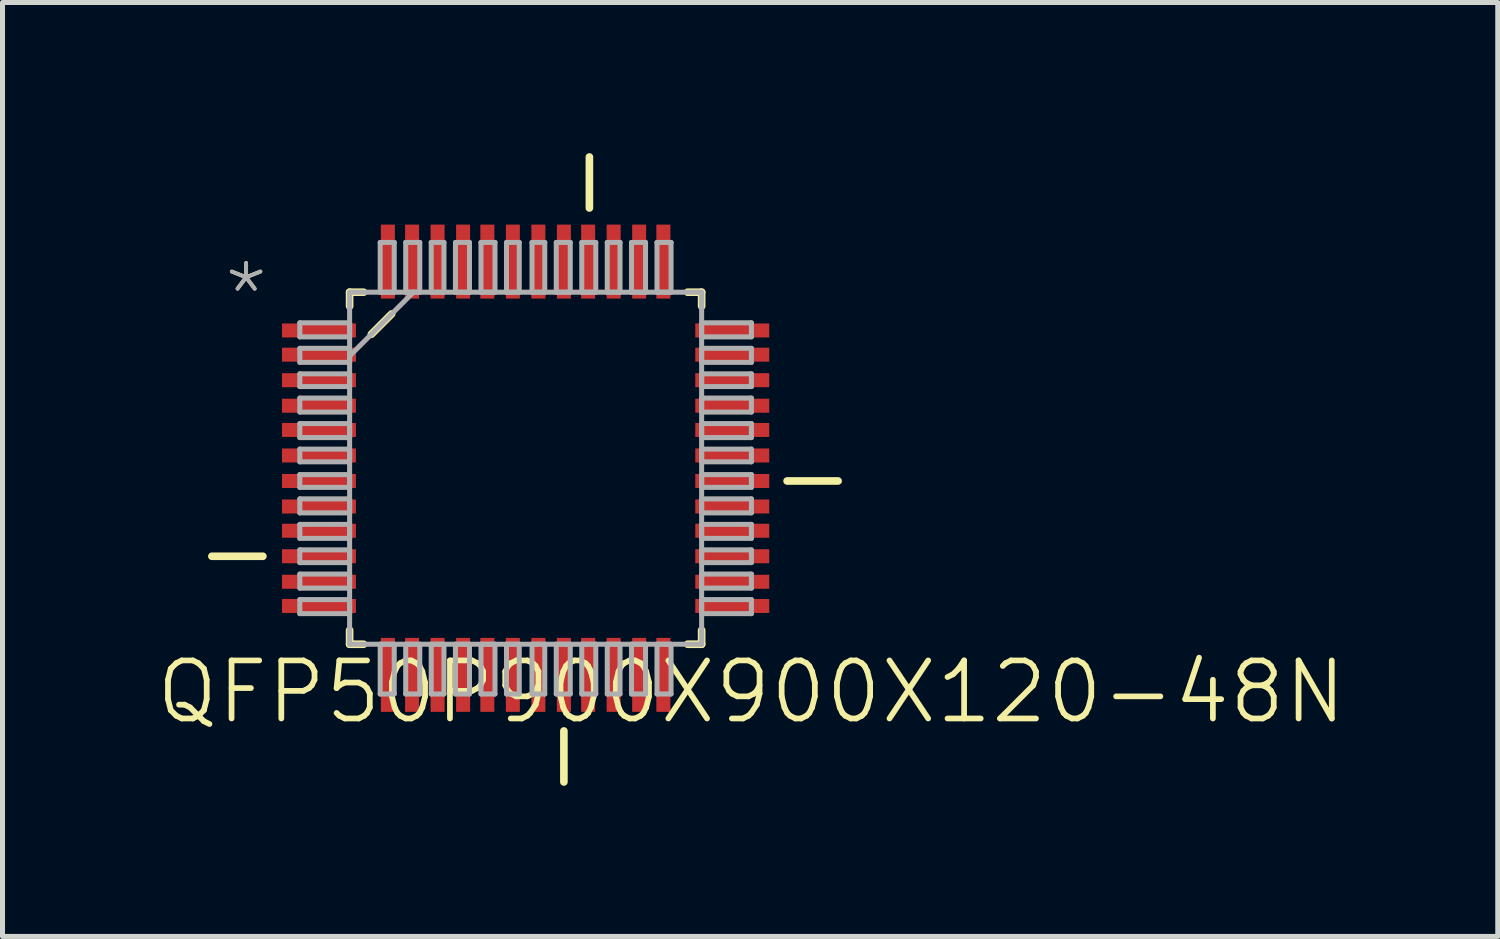
<source format=kicad_pcb>
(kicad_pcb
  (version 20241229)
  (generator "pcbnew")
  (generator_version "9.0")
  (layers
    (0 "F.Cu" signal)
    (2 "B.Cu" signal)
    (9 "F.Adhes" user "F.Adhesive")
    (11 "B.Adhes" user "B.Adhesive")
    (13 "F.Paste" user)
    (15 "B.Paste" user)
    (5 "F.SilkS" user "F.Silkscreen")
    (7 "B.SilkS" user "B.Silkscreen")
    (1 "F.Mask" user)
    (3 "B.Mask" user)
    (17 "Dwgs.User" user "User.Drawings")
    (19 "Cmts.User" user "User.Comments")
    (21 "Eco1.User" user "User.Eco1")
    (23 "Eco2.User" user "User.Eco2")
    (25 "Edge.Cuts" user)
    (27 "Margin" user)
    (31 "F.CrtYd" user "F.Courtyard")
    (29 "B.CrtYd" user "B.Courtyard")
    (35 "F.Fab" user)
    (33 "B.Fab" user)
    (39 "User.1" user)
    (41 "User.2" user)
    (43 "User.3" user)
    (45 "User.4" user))
  (footprint "QFP50P900X900X120-48N"
    (layer "F.Cu")
    (at 7.417 6.274)
    (property "Reference" "QFP50P900X900X120-48N" (at -7.417 5.131 0) (unlocked yes) (layer "F.SilkS") (effects (font (size 1.156 1.156) (thickness 0.114)) (justify left bottom)))
    (fp_line (start -5.232 1.753) (end -6.248 1.753) (stroke (width 0.152) (type solid)) (layer "F.SilkS"))
    (fp_line (start -3.505 -3.505) (end -3.505 -3.226) (stroke (width 0.152) (type solid)) (layer "F.SilkS"))
    (fp_line (start -3.505 3.226) (end -3.505 3.505) (stroke (width 0.152) (type solid)) (layer "F.SilkS"))
    (fp_line (start -3.505 3.505) (end -3.226 3.505) (stroke (width 0.152) (type solid)) (layer "F.SilkS"))
    (fp_line (start -3.226 -3.505) (end -3.505 -3.505) (stroke (width 0.152) (type solid)) (layer "F.SilkS"))
    (fp_line (start -3.073 -2.667) (end -2.667 -3.073) (stroke (width 0.152) (type solid)) (layer "F.SilkS"))
    (fp_line (start 0.762 5.232) (end 0.762 6.248) (stroke (width 0.152) (type solid)) (layer "F.SilkS"))
    (fp_line (start 1.27 -6.198) (end 1.27 -5.182) (stroke (width 0.152) (type solid)) (layer "F.SilkS"))
    (fp_line (start 3.226 3.505) (end 3.505 3.505) (stroke (width 0.152) (type solid)) (layer "F.SilkS"))
    (fp_line (start 3.505 -3.505) (end 3.226 -3.505) (stroke (width 0.152) (type solid)) (layer "F.SilkS"))
    (fp_line (start 3.505 -3.226) (end 3.505 -3.505) (stroke (width 0.152) (type solid)) (layer "F.SilkS"))
    (fp_line (start 3.505 3.505) (end 3.505 3.226) (stroke (width 0.152) (type solid)) (layer "F.SilkS"))
    (fp_line (start 6.223 0.254) (end 5.207 0.254) (stroke (width 0.152) (type solid)) (layer "F.SilkS"))
    (fp_line (start -4.496 -2.896) (end -4.496 -2.616) (stroke (width 0.1) (type solid)) (layer "F.Fab"))
    (fp_line (start -4.496 -2.616) (end -3.505 -2.616) (stroke (width 0.1) (type solid)) (layer "F.Fab"))
    (fp_line (start -4.496 -2.388) (end -4.496 -2.108) (stroke (width 0.1) (type solid)) (layer "F.Fab"))
    (fp_line (start -4.496 -2.108) (end -3.505 -2.108) (stroke (width 0.1) (type solid)) (layer "F.Fab"))
    (fp_line (start -4.496 -1.88) (end -4.496 -1.626) (stroke (width 0.1) (type solid)) (layer "F.Fab"))
    (fp_line (start -4.496 -1.626) (end -3.505 -1.626) (stroke (width 0.1) (type solid)) (layer "F.Fab"))
    (fp_line (start -4.496 -1.397) (end -4.496 -1.118) (stroke (width 0.1) (type solid)) (layer "F.Fab"))
    (fp_line (start -4.496 -1.118) (end -3.505 -1.118) (stroke (width 0.1) (type solid)) (layer "F.Fab"))
    (fp_line (start -4.496 -0.889) (end -4.496 -0.61) (stroke (width 0.1) (type solid)) (layer "F.Fab"))
    (fp_line (start -4.496 -0.61) (end -3.505 -0.61) (stroke (width 0.1) (type solid)) (layer "F.Fab"))
    (fp_line (start -4.496 -0.381) (end -4.496 -0.127) (stroke (width 0.1) (type solid)) (layer "F.Fab"))
    (fp_line (start -4.496 -0.127) (end -3.505 -0.127) (stroke (width 0.1) (type solid)) (layer "F.Fab"))
    (fp_line (start -4.496 0.127) (end -4.496 0.381) (stroke (width 0.1) (type solid)) (layer "F.Fab"))
    (fp_line (start -4.496 0.381) (end -3.505 0.381) (stroke (width 0.1) (type solid)) (layer "F.Fab"))
    (fp_line (start -4.496 0.61) (end -4.496 0.889) (stroke (width 0.1) (type solid)) (layer "F.Fab"))
    (fp_line (start -4.496 0.889) (end -3.505 0.889) (stroke (width 0.1) (type solid)) (layer "F.Fab"))
    (fp_line (start -4.496 1.118) (end -4.496 1.397) (stroke (width 0.1) (type solid)) (layer "F.Fab"))
    (fp_line (start -4.496 1.397) (end -3.505 1.397) (stroke (width 0.1) (type solid)) (layer "F.Fab"))
    (fp_line (start -4.496 1.626) (end -4.496 1.88) (stroke (width 0.1) (type solid)) (layer "F.Fab"))
    (fp_line (start -4.496 1.88) (end -3.505 1.88) (stroke (width 0.1) (type solid)) (layer "F.Fab"))
    (fp_line (start -4.496 2.108) (end -4.496 2.388) (stroke (width 0.1) (type solid)) (layer "F.Fab"))
    (fp_line (start -4.496 2.388) (end -3.505 2.388) (stroke (width 0.1) (type solid)) (layer "F.Fab"))
    (fp_line (start -4.496 2.616) (end -4.496 2.896) (stroke (width 0.1) (type solid)) (layer "F.Fab"))
    (fp_line (start -4.496 2.896) (end -3.505 2.896) (stroke (width 0.1) (type solid)) (layer "F.Fab"))
    (fp_line (start -3.505 -3.505) (end -3.505 3.505) (stroke (width 0.1) (type solid)) (layer "F.Fab"))
    (fp_line (start -3.505 -2.896) (end -4.496 -2.896) (stroke (width 0.1) (type solid)) (layer "F.Fab"))
    (fp_line (start -3.505 -2.616) (end -3.505 -2.896) (stroke (width 0.1) (type solid)) (layer "F.Fab"))
    (fp_line (start -3.505 -2.388) (end -4.496 -2.388) (stroke (width 0.1) (type solid)) (layer "F.Fab"))
    (fp_line (start -3.505 -2.235) (end -3.505 -2.388) (stroke (width 0.1) (type solid)) (layer "F.Fab"))
    (fp_line (start -3.505 -2.235) (end -2.235 -3.505) (stroke (width 0.1) (type solid)) (layer "F.Fab"))
    (fp_line (start -3.505 -2.108) (end -3.505 -2.235) (stroke (width 0.1) (type solid)) (layer "F.Fab"))
    (fp_line (start -3.505 -1.88) (end -4.496 -1.88) (stroke (width 0.1) (type solid)) (layer "F.Fab"))
    (fp_line (start -3.505 -1.626) (end -3.505 -1.88) (stroke (width 0.1) (type solid)) (layer "F.Fab"))
    (fp_line (start -3.505 -1.397) (end -4.496 -1.397) (stroke (width 0.1) (type solid)) (layer "F.Fab"))
    (fp_line (start -3.505 -1.118) (end -3.505 -1.397) (stroke (width 0.1) (type solid)) (layer "F.Fab"))
    (fp_line (start -3.505 -0.889) (end -4.496 -0.889) (stroke (width 0.1) (type solid)) (layer "F.Fab"))
    (fp_line (start -3.505 -0.61) (end -3.505 -0.889) (stroke (width 0.1) (type solid)) (layer "F.Fab"))
    (fp_line (start -3.505 -0.381) (end -4.496 -0.381) (stroke (width 0.1) (type solid)) (layer "F.Fab"))
    (fp_line (start -3.505 -0.127) (end -3.505 -0.381) (stroke (width 0.1) (type solid)) (layer "F.Fab"))
    (fp_line (start -3.505 0.127) (end -4.496 0.127) (stroke (width 0.1) (type solid)) (layer "F.Fab"))
    (fp_line (start -3.505 0.381) (end -3.505 0.127) (stroke (width 0.1) (type solid)) (layer "F.Fab"))
    (fp_line (start -3.505 0.61) (end -4.496 0.61) (stroke (width 0.1) (type solid)) (layer "F.Fab"))
    (fp_line (start -3.505 0.889) (end -3.505 0.61) (stroke (width 0.1) (type solid)) (layer "F.Fab"))
    (fp_line (start -3.505 1.118) (end -4.496 1.118) (stroke (width 0.1) (type solid)) (layer "F.Fab"))
    (fp_line (start -3.505 1.397) (end -3.505 1.118) (stroke (width 0.1) (type solid)) (layer "F.Fab"))
    (fp_line (start -3.505 1.626) (end -4.496 1.626) (stroke (width 0.1) (type solid)) (layer "F.Fab"))
    (fp_line (start -3.505 1.88) (end -3.505 1.626) (stroke (width 0.1) (type solid)) (layer "F.Fab"))
    (fp_line (start -3.505 2.108) (end -4.496 2.108) (stroke (width 0.1) (type solid)) (layer "F.Fab"))
    (fp_line (start -3.505 2.388) (end -3.505 2.108) (stroke (width 0.1) (type solid)) (layer "F.Fab"))
    (fp_line (start -3.505 2.616) (end -4.496 2.616) (stroke (width 0.1) (type solid)) (layer "F.Fab"))
    (fp_line (start -3.505 2.896) (end -3.505 2.616) (stroke (width 0.1) (type solid)) (layer "F.Fab"))
    (fp_line (start -3.505 3.505) (end 3.505 3.505) (stroke (width 0.1) (type solid)) (layer "F.Fab"))
    (fp_line (start -2.896 -4.496) (end -2.896 -3.505) (stroke (width 0.1) (type solid)) (layer "F.Fab"))
    (fp_line (start -2.896 -3.505) (end -2.616 -3.505) (stroke (width 0.1) (type solid)) (layer "F.Fab"))
    (fp_line (start -2.896 3.505) (end -2.896 4.496) (stroke (width 0.1) (type solid)) (layer "F.Fab"))
    (fp_line (start -2.896 4.496) (end -2.616 4.496) (stroke (width 0.1) (type solid)) (layer "F.Fab"))
    (fp_line (start -2.616 -4.496) (end -2.896 -4.496) (stroke (width 0.1) (type solid)) (layer "F.Fab"))
    (fp_line (start -2.616 -3.505) (end -2.616 -4.496) (stroke (width 0.1) (type solid)) (layer "F.Fab"))
    (fp_line (start -2.616 3.505) (end -2.896 3.505) (stroke (width 0.1) (type solid)) (layer "F.Fab"))
    (fp_line (start -2.616 4.496) (end -2.616 3.505) (stroke (width 0.1) (type solid)) (layer "F.Fab"))
    (fp_line (start -2.388 -4.496) (end -2.388 -3.505) (stroke (width 0.1) (type solid)) (layer "F.Fab"))
    (fp_line (start -2.388 -3.505) (end -2.235 -3.505) (stroke (width 0.1) (type solid)) (layer "F.Fab"))
    (fp_line (start -2.388 3.505) (end -2.388 4.496) (stroke (width 0.1) (type solid)) (layer "F.Fab"))
    (fp_line (start -2.388 4.496) (end -2.108 4.496) (stroke (width 0.1) (type solid)) (layer "F.Fab"))
    (fp_line (start -2.235 -3.505) (end -2.108 -3.505) (stroke (width 0.1) (type solid)) (layer "F.Fab"))
    (fp_line (start -2.108 -4.496) (end -2.388 -4.496) (stroke (width 0.1) (type solid)) (layer "F.Fab"))
    (fp_line (start -2.108 -3.505) (end -2.108 -4.496) (stroke (width 0.1) (type solid)) (layer "F.Fab"))
    (fp_line (start -2.108 3.505) (end -2.388 3.505) (stroke (width 0.1) (type solid)) (layer "F.Fab"))
    (fp_line (start -2.108 4.496) (end -2.108 3.505) (stroke (width 0.1) (type solid)) (layer "F.Fab"))
    (fp_line (start -1.88 -4.496) (end -1.88 -3.505) (stroke (width 0.1) (type solid)) (layer "F.Fab"))
    (fp_line (start -1.88 -3.505) (end -1.626 -3.505) (stroke (width 0.1) (type solid)) (layer "F.Fab"))
    (fp_line (start -1.88 3.505) (end -1.88 4.496) (stroke (width 0.1) (type solid)) (layer "F.Fab"))
    (fp_line (start -1.88 4.496) (end -1.626 4.496) (stroke (width 0.1) (type solid)) (layer "F.Fab"))
    (fp_line (start -1.626 -4.496) (end -1.88 -4.496) (stroke (width 0.1) (type solid)) (layer "F.Fab"))
    (fp_line (start -1.626 -3.505) (end -1.626 -4.496) (stroke (width 0.1) (type solid)) (layer "F.Fab"))
    (fp_line (start -1.626 3.505) (end -1.88 3.505) (stroke (width 0.1) (type solid)) (layer "F.Fab"))
    (fp_line (start -1.626 4.496) (end -1.626 3.505) (stroke (width 0.1) (type solid)) (layer "F.Fab"))
    (fp_line (start -1.397 -4.496) (end -1.397 -3.505) (stroke (width 0.1) (type solid)) (layer "F.Fab"))
    (fp_line (start -1.397 -3.505) (end -1.118 -3.505) (stroke (width 0.1) (type solid)) (layer "F.Fab"))
    (fp_line (start -1.397 3.505) (end -1.397 4.496) (stroke (width 0.1) (type solid)) (layer "F.Fab"))
    (fp_line (start -1.397 4.496) (end -1.118 4.496) (stroke (width 0.1) (type solid)) (layer "F.Fab"))
    (fp_line (start -1.118 -4.496) (end -1.397 -4.496) (stroke (width 0.1) (type solid)) (layer "F.Fab"))
    (fp_line (start -1.118 -3.505) (end -1.118 -4.496) (stroke (width 0.1) (type solid)) (layer "F.Fab"))
    (fp_line (start -1.118 3.505) (end -1.397 3.505) (stroke (width 0.1) (type solid)) (layer "F.Fab"))
    (fp_line (start -1.118 4.496) (end -1.118 3.505) (stroke (width 0.1) (type solid)) (layer "F.Fab"))
    (fp_line (start -0.889 -4.496) (end -0.889 -3.505) (stroke (width 0.1) (type solid)) (layer "F.Fab"))
    (fp_line (start -0.889 -3.505) (end -0.61 -3.505) (stroke (width 0.1) (type solid)) (layer "F.Fab"))
    (fp_line (start -0.889 3.505) (end -0.889 4.496) (stroke (width 0.1) (type solid)) (layer "F.Fab"))
    (fp_line (start -0.889 4.496) (end -0.61 4.496) (stroke (width 0.1) (type solid)) (layer "F.Fab"))
    (fp_line (start -0.61 -4.496) (end -0.889 -4.496) (stroke (width 0.1) (type solid)) (layer "F.Fab"))
    (fp_line (start -0.61 -3.505) (end -0.61 -4.496) (stroke (width 0.1) (type solid)) (layer "F.Fab"))
    (fp_line (start -0.61 3.505) (end -0.889 3.505) (stroke (width 0.1) (type solid)) (layer "F.Fab"))
    (fp_line (start -0.61 4.496) (end -0.61 3.505) (stroke (width 0.1) (type solid)) (layer "F.Fab"))
    (fp_line (start -0.381 -4.496) (end -0.381 -3.505) (stroke (width 0.1) (type solid)) (layer "F.Fab"))
    (fp_line (start -0.381 -3.505) (end -0.127 -3.505) (stroke (width 0.1) (type solid)) (layer "F.Fab"))
    (fp_line (start -0.381 3.505) (end -0.381 4.496) (stroke (width 0.1) (type solid)) (layer "F.Fab"))
    (fp_line (start -0.381 4.496) (end -0.127 4.496) (stroke (width 0.1) (type solid)) (layer "F.Fab"))
    (fp_line (start -0.127 -4.496) (end -0.381 -4.496) (stroke (width 0.1) (type solid)) (layer "F.Fab"))
    (fp_line (start -0.127 -3.505) (end -0.127 -4.496) (stroke (width 0.1) (type solid)) (layer "F.Fab"))
    (fp_line (start -0.127 3.505) (end -0.381 3.505) (stroke (width 0.1) (type solid)) (layer "F.Fab"))
    (fp_line (start -0.127 4.496) (end -0.127 3.505) (stroke (width 0.1) (type solid)) (layer "F.Fab"))
    (fp_line (start 0.127 -4.496) (end 0.127 -3.505) (stroke (width 0.1) (type solid)) (layer "F.Fab"))
    (fp_line (start 0.127 -3.505) (end 0.381 -3.505) (stroke (width 0.1) (type solid)) (layer "F.Fab"))
    (fp_line (start 0.127 3.505) (end 0.127 4.496) (stroke (width 0.1) (type solid)) (layer "F.Fab"))
    (fp_line (start 0.127 4.496) (end 0.381 4.496) (stroke (width 0.1) (type solid)) (layer "F.Fab"))
    (fp_line (start 0.381 -4.496) (end 0.127 -4.496) (stroke (width 0.1) (type solid)) (layer "F.Fab"))
    (fp_line (start 0.381 -3.505) (end 0.381 -4.496) (stroke (width 0.1) (type solid)) (layer "F.Fab"))
    (fp_line (start 0.381 3.505) (end 0.127 3.505) (stroke (width 0.1) (type solid)) (layer "F.Fab"))
    (fp_line (start 0.381 4.496) (end 0.381 3.505) (stroke (width 0.1) (type solid)) (layer "F.Fab"))
    (fp_line (start 0.61 -4.496) (end 0.61 -3.505) (stroke (width 0.1) (type solid)) (layer "F.Fab"))
    (fp_line (start 0.61 -3.505) (end 0.889 -3.505) (stroke (width 0.1) (type solid)) (layer "F.Fab"))
    (fp_line (start 0.61 3.505) (end 0.61 4.496) (stroke (width 0.1) (type solid)) (layer "F.Fab"))
    (fp_line (start 0.61 4.496) (end 0.889 4.496) (stroke (width 0.1) (type solid)) (layer "F.Fab"))
    (fp_line (start 0.889 -4.496) (end 0.61 -4.496) (stroke (width 0.1) (type solid)) (layer "F.Fab"))
    (fp_line (start 0.889 -3.505) (end 0.889 -4.496) (stroke (width 0.1) (type solid)) (layer "F.Fab"))
    (fp_line (start 0.889 3.505) (end 0.61 3.505) (stroke (width 0.1) (type solid)) (layer "F.Fab"))
    (fp_line (start 0.889 4.496) (end 0.889 3.505) (stroke (width 0.1) (type solid)) (layer "F.Fab"))
    (fp_line (start 1.118 -4.496) (end 1.118 -3.505) (stroke (width 0.1) (type solid)) (layer "F.Fab"))
    (fp_line (start 1.118 -3.505) (end 1.397 -3.505) (stroke (width 0.1) (type solid)) (layer "F.Fab"))
    (fp_line (start 1.118 3.505) (end 1.118 4.496) (stroke (width 0.1) (type solid)) (layer "F.Fab"))
    (fp_line (start 1.118 4.496) (end 1.397 4.496) (stroke (width 0.1) (type solid)) (layer "F.Fab"))
    (fp_line (start 1.397 -4.496) (end 1.118 -4.496) (stroke (width 0.1) (type solid)) (layer "F.Fab"))
    (fp_line (start 1.397 -3.505) (end 1.397 -4.496) (stroke (width 0.1) (type solid)) (layer "F.Fab"))
    (fp_line (start 1.397 3.505) (end 1.118 3.505) (stroke (width 0.1) (type solid)) (layer "F.Fab"))
    (fp_line (start 1.397 4.496) (end 1.397 3.505) (stroke (width 0.1) (type solid)) (layer "F.Fab"))
    (fp_line (start 1.626 -4.496) (end 1.626 -3.505) (stroke (width 0.1) (type solid)) (layer "F.Fab"))
    (fp_line (start 1.626 -3.505) (end 1.88 -3.505) (stroke (width 0.1) (type solid)) (layer "F.Fab"))
    (fp_line (start 1.626 3.505) (end 1.626 4.496) (stroke (width 0.1) (type solid)) (layer "F.Fab"))
    (fp_line (start 1.626 4.496) (end 1.88 4.496) (stroke (width 0.1) (type solid)) (layer "F.Fab"))
    (fp_line (start 1.88 -4.496) (end 1.626 -4.496) (stroke (width 0.1) (type solid)) (layer "F.Fab"))
    (fp_line (start 1.88 -3.505) (end 1.88 -4.496) (stroke (width 0.1) (type solid)) (layer "F.Fab"))
    (fp_line (start 1.88 3.505) (end 1.626 3.505) (stroke (width 0.1) (type solid)) (layer "F.Fab"))
    (fp_line (start 1.88 4.496) (end 1.88 3.505) (stroke (width 0.1) (type solid)) (layer "F.Fab"))
    (fp_line (start 2.108 -4.496) (end 2.108 -3.505) (stroke (width 0.1) (type solid)) (layer "F.Fab"))
    (fp_line (start 2.108 -3.505) (end 2.388 -3.505) (stroke (width 0.1) (type solid)) (layer "F.Fab"))
    (fp_line (start 2.108 3.505) (end 2.108 4.496) (stroke (width 0.1) (type solid)) (layer "F.Fab"))
    (fp_line (start 2.108 4.496) (end 2.388 4.496) (stroke (width 0.1) (type solid)) (layer "F.Fab"))
    (fp_line (start 2.388 -4.496) (end 2.108 -4.496) (stroke (width 0.1) (type solid)) (layer "F.Fab"))
    (fp_line (start 2.388 -3.505) (end 2.388 -4.496) (stroke (width 0.1) (type solid)) (layer "F.Fab"))
    (fp_line (start 2.388 3.505) (end 2.108 3.505) (stroke (width 0.1) (type solid)) (layer "F.Fab"))
    (fp_line (start 2.388 4.496) (end 2.388 3.505) (stroke (width 0.1) (type solid)) (layer "F.Fab"))
    (fp_line (start 2.616 -4.496) (end 2.616 -3.505) (stroke (width 0.1) (type solid)) (layer "F.Fab"))
    (fp_line (start 2.616 -3.505) (end 2.896 -3.505) (stroke (width 0.1) (type solid)) (layer "F.Fab"))
    (fp_line (start 2.616 3.505) (end 2.616 4.496) (stroke (width 0.1) (type solid)) (layer "F.Fab"))
    (fp_line (start 2.616 4.496) (end 2.896 4.496) (stroke (width 0.1) (type solid)) (layer "F.Fab"))
    (fp_line (start 2.896 -4.496) (end 2.616 -4.496) (stroke (width 0.1) (type solid)) (layer "F.Fab"))
    (fp_line (start 2.896 -3.505) (end 2.896 -4.496) (stroke (width 0.1) (type solid)) (layer "F.Fab"))
    (fp_line (start 2.896 3.505) (end 2.616 3.505) (stroke (width 0.1) (type solid)) (layer "F.Fab"))
    (fp_line (start 2.896 4.496) (end 2.896 3.505) (stroke (width 0.1) (type solid)) (layer "F.Fab"))
    (fp_line (start 3.505 -3.505) (end -3.505 -3.505) (stroke (width 0.1) (type solid)) (layer "F.Fab"))
    (fp_line (start 3.505 -2.896) (end 3.505 -2.616) (stroke (width 0.1) (type solid)) (layer "F.Fab"))
    (fp_line (start 3.505 -2.616) (end 4.496 -2.616) (stroke (width 0.1) (type solid)) (layer "F.Fab"))
    (fp_line (start 3.505 -2.388) (end 3.505 -2.108) (stroke (width 0.1) (type solid)) (layer "F.Fab"))
    (fp_line (start 3.505 -2.108) (end 4.496 -2.108) (stroke (width 0.1) (type solid)) (layer "F.Fab"))
    (fp_line (start 3.505 -1.88) (end 3.505 -1.626) (stroke (width 0.1) (type solid)) (layer "F.Fab"))
    (fp_line (start 3.505 -1.626) (end 4.496 -1.626) (stroke (width 0.1) (type solid)) (layer "F.Fab"))
    (fp_line (start 3.505 -1.397) (end 3.505 -1.118) (stroke (width 0.1) (type solid)) (layer "F.Fab"))
    (fp_line (start 3.505 -1.118) (end 4.496 -1.118) (stroke (width 0.1) (type solid)) (layer "F.Fab"))
    (fp_line (start 3.505 -0.889) (end 3.505 -0.61) (stroke (width 0.1) (type solid)) (layer "F.Fab"))
    (fp_line (start 3.505 -0.61) (end 4.496 -0.61) (stroke (width 0.1) (type solid)) (layer "F.Fab"))
    (fp_line (start 3.505 -0.381) (end 3.505 -0.127) (stroke (width 0.1) (type solid)) (layer "F.Fab"))
    (fp_line (start 3.505 -0.127) (end 4.496 -0.127) (stroke (width 0.1) (type solid)) (layer "F.Fab"))
    (fp_line (start 3.505 0.127) (end 3.505 0.381) (stroke (width 0.1) (type solid)) (layer "F.Fab"))
    (fp_line (start 3.505 0.381) (end 4.496 0.381) (stroke (width 0.1) (type solid)) (layer "F.Fab"))
    (fp_line (start 3.505 0.61) (end 3.505 0.889) (stroke (width 0.1) (type solid)) (layer "F.Fab"))
    (fp_line (start 3.505 0.889) (end 4.496 0.889) (stroke (width 0.1) (type solid)) (layer "F.Fab"))
    (fp_line (start 3.505 1.118) (end 3.505 1.397) (stroke (width 0.1) (type solid)) (layer "F.Fab"))
    (fp_line (start 3.505 1.397) (end 4.496 1.397) (stroke (width 0.1) (type solid)) (layer "F.Fab"))
    (fp_line (start 3.505 1.626) (end 3.505 1.88) (stroke (width 0.1) (type solid)) (layer "F.Fab"))
    (fp_line (start 3.505 1.88) (end 4.496 1.88) (stroke (width 0.1) (type solid)) (layer "F.Fab"))
    (fp_line (start 3.505 2.108) (end 3.505 2.388) (stroke (width 0.1) (type solid)) (layer "F.Fab"))
    (fp_line (start 3.505 2.388) (end 4.496 2.388) (stroke (width 0.1) (type solid)) (layer "F.Fab"))
    (fp_line (start 3.505 2.616) (end 3.505 2.896) (stroke (width 0.1) (type solid)) (layer "F.Fab"))
    (fp_line (start 3.505 2.896) (end 4.496 2.896) (stroke (width 0.1) (type solid)) (layer "F.Fab"))
    (fp_line (start 3.505 3.505) (end 3.505 -3.505) (stroke (width 0.1) (type solid)) (layer "F.Fab"))
    (fp_line (start 4.496 -2.896) (end 3.505 -2.896) (stroke (width 0.1) (type solid)) (layer "F.Fab"))
    (fp_line (start 4.496 -2.616) (end 4.496 -2.896) (stroke (width 0.1) (type solid)) (layer "F.Fab"))
    (fp_line (start 4.496 -2.388) (end 3.505 -2.388) (stroke (width 0.1) (type solid)) (layer "F.Fab"))
    (fp_line (start 4.496 -2.108) (end 4.496 -2.388) (stroke (width 0.1) (type solid)) (layer "F.Fab"))
    (fp_line (start 4.496 -1.88) (end 3.505 -1.88) (stroke (width 0.1) (type solid)) (layer "F.Fab"))
    (fp_line (start 4.496 -1.626) (end 4.496 -1.88) (stroke (width 0.1) (type solid)) (layer "F.Fab"))
    (fp_line (start 4.496 -1.397) (end 3.505 -1.397) (stroke (width 0.1) (type solid)) (layer "F.Fab"))
    (fp_line (start 4.496 -1.118) (end 4.496 -1.397) (stroke (width 0.1) (type solid)) (layer "F.Fab"))
    (fp_line (start 4.496 -0.889) (end 3.505 -0.889) (stroke (width 0.1) (type solid)) (layer "F.Fab"))
    (fp_line (start 4.496 -0.61) (end 4.496 -0.889) (stroke (width 0.1) (type solid)) (layer "F.Fab"))
    (fp_line (start 4.496 -0.381) (end 3.505 -0.381) (stroke (width 0.1) (type solid)) (layer "F.Fab"))
    (fp_line (start 4.496 -0.127) (end 4.496 -0.381) (stroke (width 0.1) (type solid)) (layer "F.Fab"))
    (fp_line (start 4.496 0.127) (end 3.505 0.127) (stroke (width 0.1) (type solid)) (layer "F.Fab"))
    (fp_line (start 4.496 0.381) (end 4.496 0.127) (stroke (width 0.1) (type solid)) (layer "F.Fab"))
    (fp_line (start 4.496 0.61) (end 3.505 0.61) (stroke (width 0.1) (type solid)) (layer "F.Fab"))
    (fp_line (start 4.496 0.889) (end 4.496 0.61) (stroke (width 0.1) (type solid)) (layer "F.Fab"))
    (fp_line (start 4.496 1.118) (end 3.505 1.118) (stroke (width 0.1) (type solid)) (layer "F.Fab"))
    (fp_line (start 4.496 1.397) (end 4.496 1.118) (stroke (width 0.1) (type solid)) (layer "F.Fab"))
    (fp_line (start 4.496 1.626) (end 3.505 1.626) (stroke (width 0.1) (type solid)) (layer "F.Fab"))
    (fp_line (start 4.496 1.88) (end 4.496 1.626) (stroke (width 0.1) (type solid)) (layer "F.Fab"))
    (fp_line (start 4.496 2.108) (end 3.505 2.108) (stroke (width 0.1) (type solid)) (layer "F.Fab"))
    (fp_line (start 4.496 2.388) (end 4.496 2.108) (stroke (width 0.1) (type solid)) (layer "F.Fab"))
    (fp_line (start 4.496 2.616) (end 3.505 2.616) (stroke (width 0.1) (type solid)) (layer "F.Fab"))
    (fp_line (start 4.496 2.896) (end 4.496 2.616) (stroke (width 0.1) (type solid)) (layer "F.Fab"))
    (fp_text user "*" (at -6.071 -2.743 0) (unlocked yes) (layer "F.SilkS") (effects (font (size 1.194 1.194) (thickness 0.076)) (justify left bottom)))
    (fp_text user "*" (at -6.071 -2.743 0) (unlocked yes) (layer "F.Fab") (effects (font (size 1.194 1.194) (thickness 0.076)) (justify left bottom)))
    (pad "1" smd rect (at -4.115 -2.743 270) (size 0.279 1.473) (layers "F.Cu" "F.Mask" "F.Paste"))
    (pad "2" smd rect (at -4.115 -2.261 270) (size 0.279 1.473) (layers "F.Cu" "F.Mask" "F.Paste"))
    (pad "3" smd rect (at -4.115 -1.753 270) (size 0.279 1.473) (layers "F.Cu" "F.Mask" "F.Paste"))
    (pad "4" smd rect (at -4.115 -1.245 270) (size 0.279 1.473) (layers "F.Cu" "F.Mask" "F.Paste"))
    (pad "5" smd rect (at -4.115 -0.762 270) (size 0.279 1.473) (layers "F.Cu" "F.Mask" "F.Paste"))
    (pad "6" smd rect (at -4.115 -0.254 270) (size 0.279 1.473) (layers "F.Cu" "F.Mask" "F.Paste"))
    (pad "7" smd rect (at -4.115 0.254 270) (size 0.279 1.473) (layers "F.Cu" "F.Mask" "F.Paste"))
    (pad "8" smd rect (at -4.115 0.762 270) (size 0.279 1.473) (layers "F.Cu" "F.Mask" "F.Paste"))
    (pad "9" smd rect (at -4.115 1.245 270) (size 0.279 1.473) (layers "F.Cu" "F.Mask" "F.Paste"))
    (pad "10" smd rect (at -4.115 1.753 270) (size 0.279 1.473) (layers "F.Cu" "F.Mask" "F.Paste"))
    (pad "11" smd rect (at -4.115 2.261 270) (size 0.279 1.473) (layers "F.Cu" "F.Mask" "F.Paste"))
    (pad "12" smd rect (at -4.115 2.743 270) (size 0.279 1.473) (layers "F.Cu" "F.Mask" "F.Paste"))
    (pad "13" smd rect (at -2.743 4.115 180) (size 0.279 1.473) (layers "F.Cu" "F.Mask" "F.Paste"))
    (pad "14" smd rect (at -2.261 4.115 180) (size 0.279 1.473) (layers "F.Cu" "F.Mask" "F.Paste"))
    (pad "15" smd rect (at -1.753 4.115 180) (size 0.279 1.473) (layers "F.Cu" "F.Mask" "F.Paste"))
    (pad "16" smd rect (at -1.245 4.115 180) (size 0.279 1.473) (layers "F.Cu" "F.Mask" "F.Paste"))
    (pad "17" smd rect (at -0.762 4.115 180) (size 0.279 1.473) (layers "F.Cu" "F.Mask" "F.Paste"))
    (pad "18" smd rect (at -0.254 4.115 180) (size 0.279 1.473) (layers "F.Cu" "F.Mask" "F.Paste"))
    (pad "19" smd rect (at 0.254 4.115 180) (size 0.279 1.473) (layers "F.Cu" "F.Mask" "F.Paste"))
    (pad "20" smd rect (at 0.762 4.115 180) (size 0.279 1.473) (layers "F.Cu" "F.Mask" "F.Paste"))
    (pad "21" smd rect (at 1.245 4.115 180) (size 0.279 1.473) (layers "F.Cu" "F.Mask" "F.Paste"))
    (pad "22" smd rect (at 1.753 4.115 180) (size 0.279 1.473) (layers "F.Cu" "F.Mask" "F.Paste"))
    (pad "23" smd rect (at 2.261 4.115 180) (size 0.279 1.473) (layers "F.Cu" "F.Mask" "F.Paste"))
    (pad "24" smd rect (at 2.743 4.115 180) (size 0.279 1.473) (layers "F.Cu" "F.Mask" "F.Paste"))
    (pad "25" smd rect (at 4.115 2.743 270) (size 0.279 1.473) (layers "F.Cu" "F.Mask" "F.Paste"))
    (pad "26" smd rect (at 4.115 2.261 270) (size 0.279 1.473) (layers "F.Cu" "F.Mask" "F.Paste"))
    (pad "27" smd rect (at 4.115 1.753 270) (size 0.279 1.473) (layers "F.Cu" "F.Mask" "F.Paste"))
    (pad "28" smd rect (at 4.115 1.245 270) (size 0.279 1.473) (layers "F.Cu" "F.Mask" "F.Paste"))
    (pad "29" smd rect (at 4.115 0.762 270) (size 0.279 1.473) (layers "F.Cu" "F.Mask" "F.Paste"))
    (pad "30" smd rect (at 4.115 0.254 270) (size 0.279 1.473) (layers "F.Cu" "F.Mask" "F.Paste"))
    (pad "31" smd rect (at 4.115 -0.254 270) (size 0.279 1.473) (layers "F.Cu" "F.Mask" "F.Paste"))
    (pad "32" smd rect (at 4.115 -0.762 270) (size 0.279 1.473) (layers "F.Cu" "F.Mask" "F.Paste"))
    (pad "33" smd rect (at 4.115 -1.245 270) (size 0.279 1.473) (layers "F.Cu" "F.Mask" "F.Paste"))
    (pad "34" smd rect (at 4.115 -1.753 270) (size 0.279 1.473) (layers "F.Cu" "F.Mask" "F.Paste"))
    (pad "35" smd rect (at 4.115 -2.261 270) (size 0.279 1.473) (layers "F.Cu" "F.Mask" "F.Paste"))
    (pad "36" smd rect (at 4.115 -2.743 270) (size 0.279 1.473) (layers "F.Cu" "F.Mask" "F.Paste"))
    (pad "37" smd rect (at 2.743 -4.115 180) (size 0.279 1.473) (layers "F.Cu" "F.Mask" "F.Paste"))
    (pad "38" smd rect (at 2.261 -4.115 180) (size 0.279 1.473) (layers "F.Cu" "F.Mask" "F.Paste"))
    (pad "39" smd rect (at 1.753 -4.115 180) (size 0.279 1.473) (layers "F.Cu" "F.Mask" "F.Paste"))
    (pad "40" smd rect (at 1.245 -4.115 180) (size 0.279 1.473) (layers "F.Cu" "F.Mask" "F.Paste"))
    (pad "41" smd rect (at 0.762 -4.115 180) (size 0.279 1.473) (layers "F.Cu" "F.Mask" "F.Paste"))
    (pad "42" smd rect (at 0.254 -4.115 180) (size 0.279 1.473) (layers "F.Cu" "F.Mask" "F.Paste"))
    (pad "43" smd rect (at -0.254 -4.115 180) (size 0.279 1.473) (layers "F.Cu" "F.Mask" "F.Paste"))
    (pad "44" smd rect (at -0.762 -4.115 180) (size 0.279 1.473) (layers "F.Cu" "F.Mask" "F.Paste"))
    (pad "45" smd rect (at -1.245 -4.115 180) (size 0.279 1.473) (layers "F.Cu" "F.Mask" "F.Paste"))
    (pad "46" smd rect (at -1.753 -4.115 180) (size 0.279 1.473) (layers "F.Cu" "F.Mask" "F.Paste"))
    (pad "47" smd rect (at -2.261 -4.115 180) (size 0.279 1.473) (layers "F.Cu" "F.Mask" "F.Paste"))
    (pad "48" smd rect (at -2.743 -4.115 180) (size 0.279 1.473) (layers "F.Cu" "F.Mask" "F.Paste")))
  (gr_rect
    (start -3 -3)
    (end 26.776 15.598)
    (stroke (width 0.1) (type default))
    (fill no)
    (layer "Edge.Cuts")))
</source>
